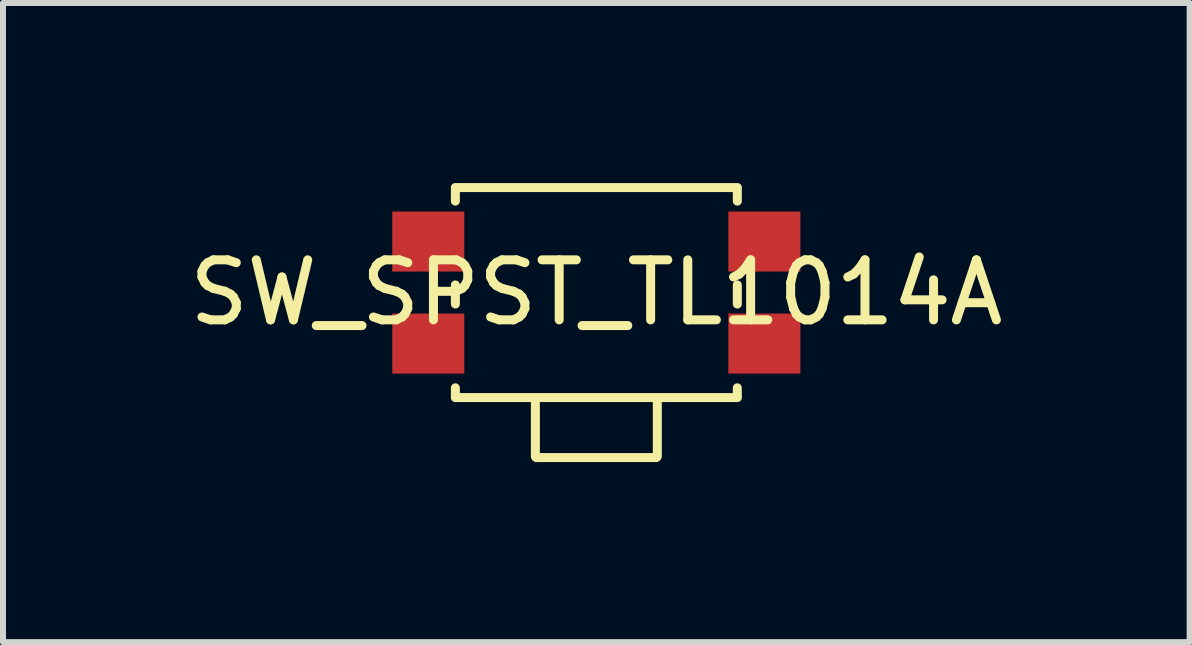
<source format=kicad_pcb>
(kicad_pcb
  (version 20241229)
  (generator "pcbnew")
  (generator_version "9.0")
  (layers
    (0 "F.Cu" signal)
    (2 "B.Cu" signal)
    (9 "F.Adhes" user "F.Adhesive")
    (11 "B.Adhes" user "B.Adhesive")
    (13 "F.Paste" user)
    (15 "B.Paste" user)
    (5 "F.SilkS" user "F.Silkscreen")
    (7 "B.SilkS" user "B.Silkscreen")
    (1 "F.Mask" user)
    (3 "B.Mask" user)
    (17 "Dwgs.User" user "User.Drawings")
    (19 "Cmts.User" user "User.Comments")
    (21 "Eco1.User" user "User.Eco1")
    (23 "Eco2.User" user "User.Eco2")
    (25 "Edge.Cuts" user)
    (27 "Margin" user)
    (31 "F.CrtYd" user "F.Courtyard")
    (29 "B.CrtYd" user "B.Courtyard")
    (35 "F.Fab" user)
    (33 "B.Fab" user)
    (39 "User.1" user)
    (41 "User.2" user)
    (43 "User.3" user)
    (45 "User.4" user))
  (footprint "SW_SPST_TL1014A"
    (layer "F.Cu")
    (at 6.887 1.825)
    (property "Reference" "SW_SPST_TL1014A" (at 0 0 0) (layer "F.SilkS") (effects (font (size 1 1) (thickness 0.15))))
    (attr through_hole)
    (fp_line (start -2.35 -1.75) (end 2.35 -1.75) (stroke (width 0.15) (type solid)) (layer "F.SilkS"))
    (fp_line (start -2.35 1.75) (end 2.35 1.75) (stroke (width 0.15) (type solid)) (layer "F.SilkS"))
    (fp_line (start -2.349 -1.524) (end -2.349 -1.714) (stroke (width 0.15) (type solid)) (layer "F.SilkS"))
    (fp_line (start -2.349 0.191) (end -2.349 -0.127) (stroke (width 0.15) (type solid)) (layer "F.SilkS"))
    (fp_line (start -2.349 1.714) (end -2.349 1.587) (stroke (width 0.15) (type solid)) (layer "F.SilkS"))
    (fp_line (start -1.016 2.731) (end -1.016 1.778) (stroke (width 0.15) (type solid)) (layer "F.SilkS"))
    (fp_line (start -1 2.75) (end 1 2.75) (stroke (width 0.15) (type solid)) (layer "F.SilkS"))
    (fp_line (start 1.016 2.731) (end 1.016 1.778) (stroke (width 0.15) (type solid)) (layer "F.SilkS"))
    (fp_line (start 2.349 -1.714) (end 2.349 -1.524) (stroke (width 0.15) (type solid)) (layer "F.SilkS"))
    (fp_line (start 2.349 0.191) (end 2.349 -0.127) (stroke (width 0.15) (type solid)) (layer "F.SilkS"))
    (fp_line (start 2.349 1.714) (end 2.349 1.587) (stroke (width 0.15) (type solid)) (layer "F.SilkS"))
    (pad "1" smd rect (at -2.8 -0.85) (size 1.2 1) (layers "F.Cu" "F.Mask" "F.Paste"))
    (pad "1" smd rect (at 2.8 -0.85) (size 1.2 1) (layers "F.Cu" "F.Mask" "F.Paste"))
    (pad "2" smd rect (at -2.8 0.85) (size 1.2 1) (layers "F.Cu" "F.Mask" "F.Paste"))
    (pad "2" smd rect (at 2.8 0.85) (size 1.2 1) (layers "F.Cu" "F.Mask" "F.Paste")))
  (gr_rect
    (start -3 -3)
    (end 16.774 7.65)
    (stroke (width 0.1) (type default))
    (fill no)
    (layer "Edge.Cuts")))
</source>
